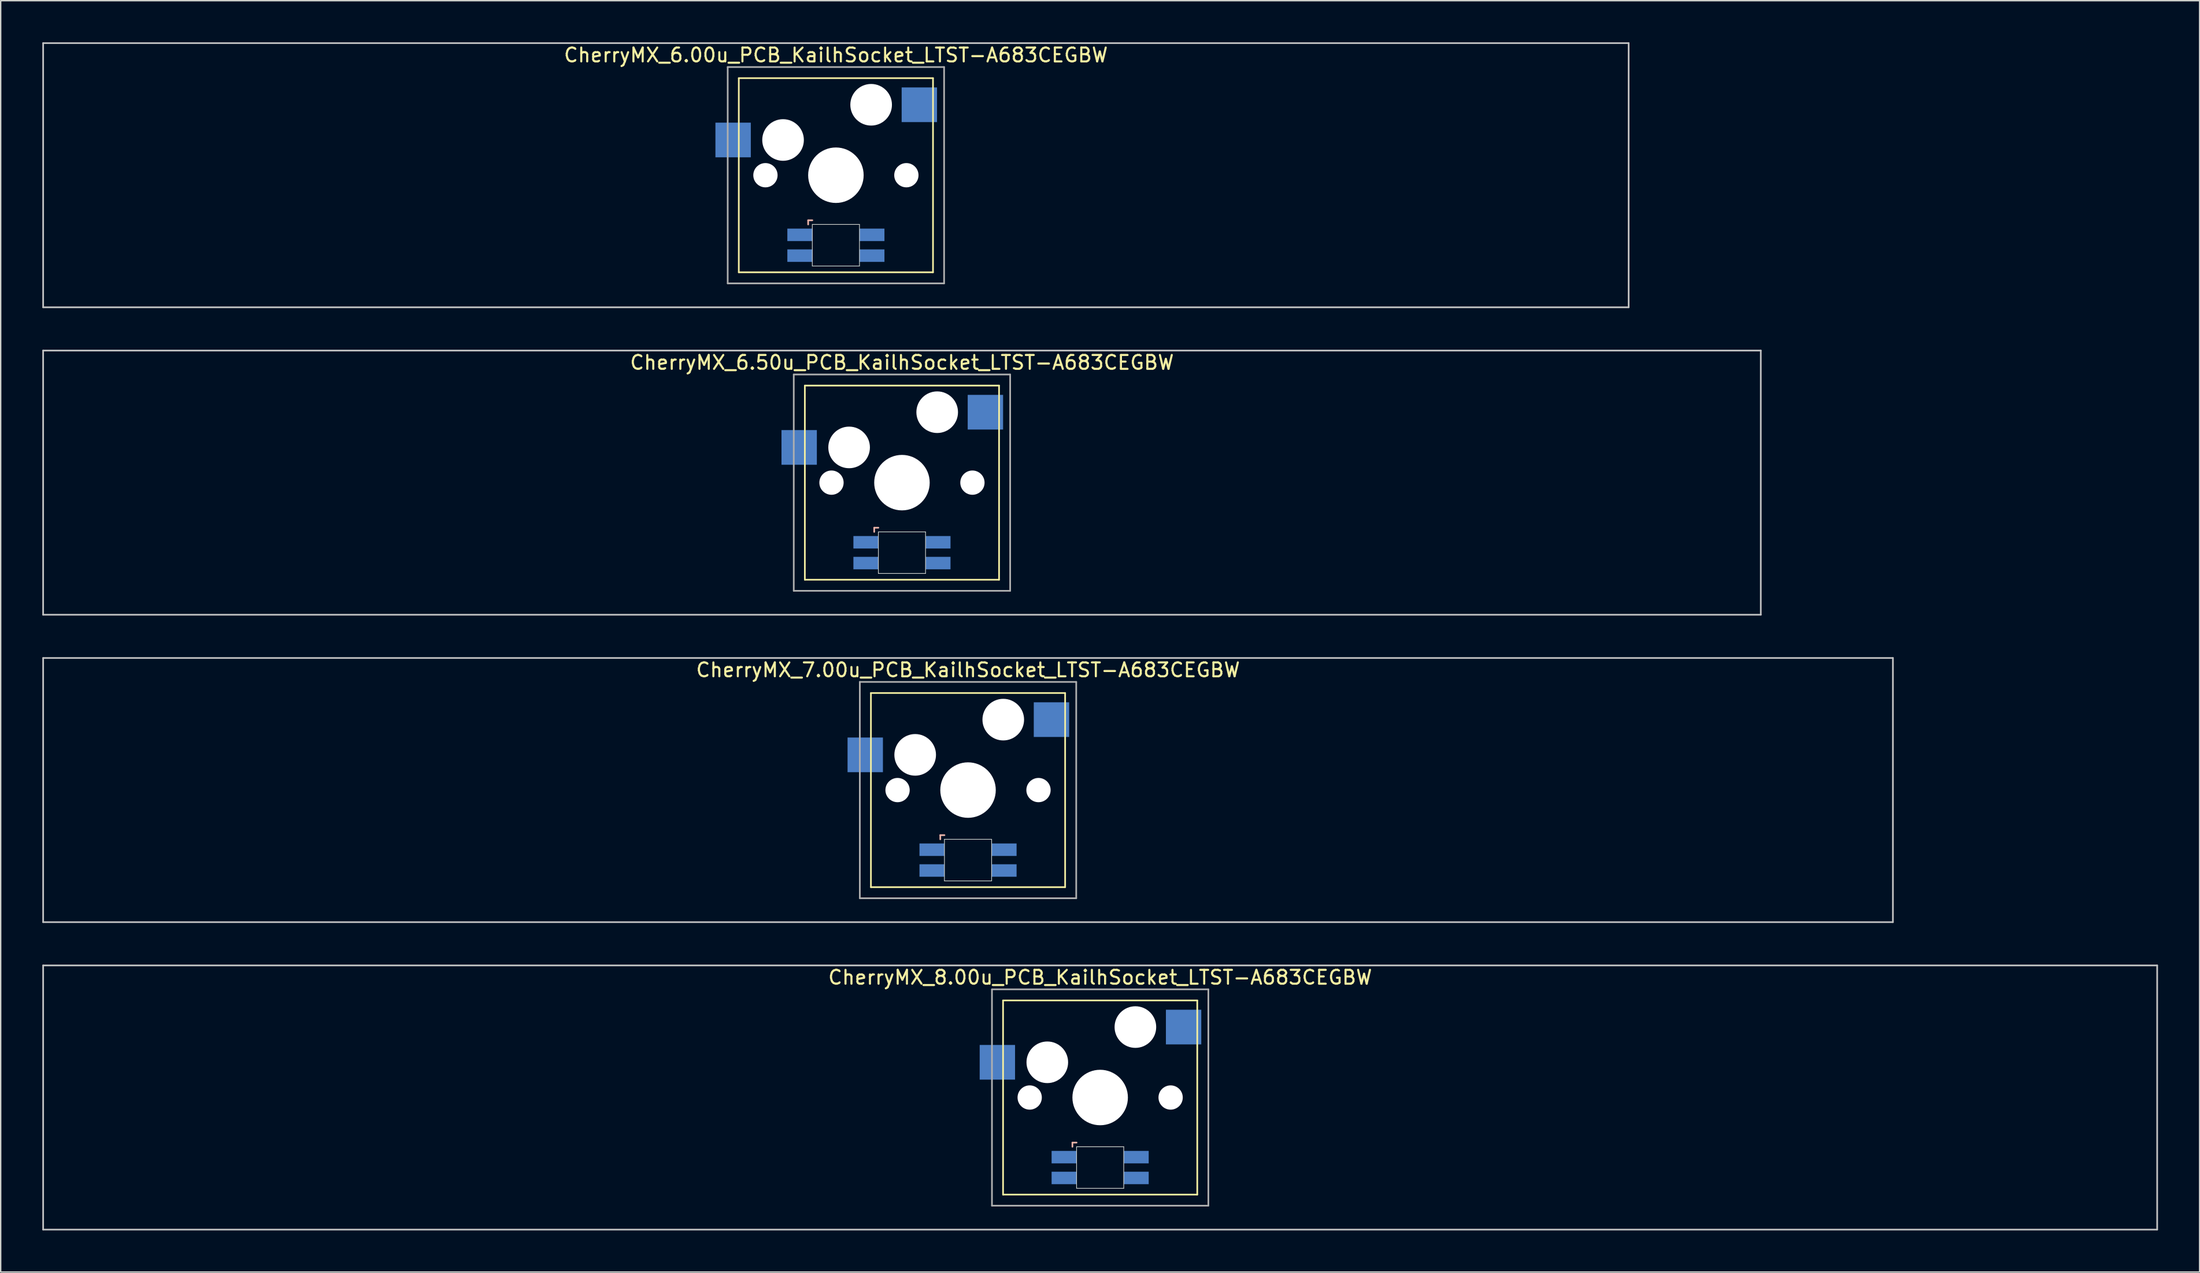
<source format=kicad_pcb>
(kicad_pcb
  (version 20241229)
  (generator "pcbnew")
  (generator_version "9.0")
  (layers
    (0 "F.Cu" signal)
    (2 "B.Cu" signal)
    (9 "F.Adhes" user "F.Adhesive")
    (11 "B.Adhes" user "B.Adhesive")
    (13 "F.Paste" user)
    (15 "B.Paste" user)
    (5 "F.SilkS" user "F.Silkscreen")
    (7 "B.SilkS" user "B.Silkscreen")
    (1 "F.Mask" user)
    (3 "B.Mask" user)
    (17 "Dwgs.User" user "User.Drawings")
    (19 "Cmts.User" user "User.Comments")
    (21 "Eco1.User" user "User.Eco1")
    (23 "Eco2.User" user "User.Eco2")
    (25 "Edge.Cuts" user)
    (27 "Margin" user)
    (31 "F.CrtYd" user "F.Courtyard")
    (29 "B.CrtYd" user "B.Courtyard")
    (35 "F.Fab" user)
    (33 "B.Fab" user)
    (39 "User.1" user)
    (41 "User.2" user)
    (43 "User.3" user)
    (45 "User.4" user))
  (footprint "CherryMX_6.00u_PCB_KailhSocket_LTST-A683CEGBW"
    (layer "F.Cu")
    (at 57.21 9.585)
    (property "Reference" "CherryMX_6.00u_PCB_KailhSocket_LTST-A683CEGBW" (at 0 -8.662 0) (layer "F.SilkS") (effects (font (size 1 1) (thickness 0.15))))
    (attr through_hole)
    (fp_line (start -7 -7) (end -7 7) (stroke (width 0.12) (type solid)) (layer "F.SilkS"))
    (fp_line (start -7 -7) (end 7 -7) (stroke (width 0.12) (type solid)) (layer "F.SilkS"))
    (fp_line (start 7 -7) (end 7 7) (stroke (width 0.12) (type solid)) (layer "F.SilkS"))
    (fp_line (start 7 7) (end -7 7) (stroke (width 0.12) (type solid)) (layer "F.SilkS"))
    (fp_line (start -2 3.25) (end -2 3.55) (stroke (width 0.12) (type solid)) (layer "B.SilkS"))
    (fp_line (start -1.7 3.25) (end -2 3.25) (stroke (width 0.12) (type solid)) (layer "B.SilkS"))
    (fp_line (start -57.15 -9.525) (end 57.15 -9.525) (stroke (width 0.12) (type solid)) (layer "Dwgs.User"))
    (fp_line (start -57.15 9.525) (end -57.15 -9.525) (stroke (width 0.12) (type solid)) (layer "Dwgs.User"))
    (fp_line (start 57.15 -9.525) (end 57.15 9.525) (stroke (width 0.12) (type solid)) (layer "Dwgs.User"))
    (fp_line (start 57.15 9.525) (end -57.15 9.525) (stroke (width 0.12) (type solid)) (layer "Dwgs.User"))
    (fp_line (start -1.7 3.55) (end 1.7 3.55) (stroke (width 0.05) (type solid)) (layer "Edge.Cuts"))
    (fp_line (start -1.7 6.55) (end -1.7 3.55) (stroke (width 0.05) (type solid)) (layer "Edge.Cuts"))
    (fp_line (start 1.7 3.55) (end 1.7 6.55) (stroke (width 0.05) (type solid)) (layer "Edge.Cuts"))
    (fp_line (start 1.7 6.55) (end -1.7 6.55) (stroke (width 0.05) (type solid)) (layer "Edge.Cuts"))
    (fp_line (start -7.8 -7.8) (end -7.8 7.8) (stroke (width 0.12) (type solid)) (layer "F.Fab"))
    (fp_line (start -7.8 -7.8) (end 7.8 -7.8) (stroke (width 0.12) (type solid)) (layer "F.Fab"))
    (fp_line (start -7.8 7.8) (end 7.8 7.8) (stroke (width 0.12) (type solid)) (layer "F.Fab"))
    (fp_line (start 7.8 -7.8) (end 7.8 7.8) (stroke (width 0.12) (type solid)) (layer "F.Fab"))
    (pad "" np_thru_hole circle (at -5.08 0) (size 1.75 1.75) (drill 1.75) (layers "*.Cu" "*.Mask"))
    (pad "" np_thru_hole circle (at -3.81 -2.54) (size 3 3) (drill 3) (layers "*.Cu" "*.Mask"))
    (pad "" np_thru_hole circle (at 0 0) (size 4 4) (drill 4) (layers "*.Cu" "*.Mask"))
    (pad "" np_thru_hole circle (at 2.54 -5.08) (size 3 3) (drill 3) (layers "*.Cu" "*.Mask"))
    (pad "" np_thru_hole circle (at 5.08 0) (size 1.75 1.75) (drill 1.75) (layers "*.Cu" "*.Mask"))
    (pad "1" smd rect (at -7.41 -2.54) (size 2.55 2.5) (layers "B.Cu" "B.Mask" "B.Paste"))
    (pad "2" smd rect (at 6.015 -5.08) (size 2.55 2.5) (layers "B.Cu" "B.Mask" "B.Paste"))
    (pad "3" smd rect (at -2.6 4.3) (size 1.8 0.9) (layers "B.Cu" "B.Mask" "B.Paste"))
    (pad "4" smd rect (at -2.6 5.8) (size 1.8 0.9) (layers "B.Cu" "B.Mask" "B.Paste"))
    (pad "5" smd rect (at 2.6 4.3) (size 1.8 0.9) (layers "B.Cu" "B.Mask" "B.Paste"))
    (pad "6" smd rect (at 2.6 5.8) (size 1.8 0.9) (layers "B.Cu" "B.Mask" "B.Paste")))
  (footprint "CherryMX_8.00u_PCB_KailhSocket_LTST-A683CEGBW"
    (layer "F.Cu")
    (at 76.26 76.095)
    (property "Reference" "CherryMX_8.00u_PCB_KailhSocket_LTST-A683CEGBW" (at 0 -8.662 0) (layer "F.SilkS") (effects (font (size 1 1) (thickness 0.15))))
    (attr through_hole)
    (fp_line (start -7 -7) (end -7 7) (stroke (width 0.12) (type solid)) (layer "F.SilkS"))
    (fp_line (start -7 -7) (end 7 -7) (stroke (width 0.12) (type solid)) (layer "F.SilkS"))
    (fp_line (start 7 -7) (end 7 7) (stroke (width 0.12) (type solid)) (layer "F.SilkS"))
    (fp_line (start 7 7) (end -7 7) (stroke (width 0.12) (type solid)) (layer "F.SilkS"))
    (fp_line (start -2 3.25) (end -2 3.55) (stroke (width 0.12) (type solid)) (layer "B.SilkS"))
    (fp_line (start -1.7 3.25) (end -2 3.25) (stroke (width 0.12) (type solid)) (layer "B.SilkS"))
    (fp_line (start -76.2 -9.525) (end 76.2 -9.525) (stroke (width 0.12) (type solid)) (layer "Dwgs.User"))
    (fp_line (start -76.2 9.525) (end -76.2 -9.525) (stroke (width 0.12) (type solid)) (layer "Dwgs.User"))
    (fp_line (start 76.2 -9.525) (end 76.2 9.525) (stroke (width 0.12) (type solid)) (layer "Dwgs.User"))
    (fp_line (start 76.2 9.525) (end -76.2 9.525) (stroke (width 0.12) (type solid)) (layer "Dwgs.User"))
    (fp_line (start -1.7 3.55) (end 1.7 3.55) (stroke (width 0.05) (type solid)) (layer "Edge.Cuts"))
    (fp_line (start -1.7 6.55) (end -1.7 3.55) (stroke (width 0.05) (type solid)) (layer "Edge.Cuts"))
    (fp_line (start 1.7 3.55) (end 1.7 6.55) (stroke (width 0.05) (type solid)) (layer "Edge.Cuts"))
    (fp_line (start 1.7 6.55) (end -1.7 6.55) (stroke (width 0.05) (type solid)) (layer "Edge.Cuts"))
    (fp_line (start -7.8 -7.8) (end -7.8 7.8) (stroke (width 0.12) (type solid)) (layer "F.Fab"))
    (fp_line (start -7.8 -7.8) (end 7.8 -7.8) (stroke (width 0.12) (type solid)) (layer "F.Fab"))
    (fp_line (start -7.8 7.8) (end 7.8 7.8) (stroke (width 0.12) (type solid)) (layer "F.Fab"))
    (fp_line (start 7.8 -7.8) (end 7.8 7.8) (stroke (width 0.12) (type solid)) (layer "F.Fab"))
    (pad "" np_thru_hole circle (at -5.08 0) (size 1.75 1.75) (drill 1.75) (layers "*.Cu" "*.Mask"))
    (pad "" np_thru_hole circle (at -3.81 -2.54) (size 3 3) (drill 3) (layers "*.Cu" "*.Mask"))
    (pad "" np_thru_hole circle (at 0 0) (size 4 4) (drill 4) (layers "*.Cu" "*.Mask"))
    (pad "" np_thru_hole circle (at 2.54 -5.08) (size 3 3) (drill 3) (layers "*.Cu" "*.Mask"))
    (pad "" np_thru_hole circle (at 5.08 0) (size 1.75 1.75) (drill 1.75) (layers "*.Cu" "*.Mask"))
    (pad "1" smd rect (at -7.41 -2.54) (size 2.55 2.5) (layers "B.Cu" "B.Mask" "B.Paste"))
    (pad "2" smd rect (at 6.015 -5.08) (size 2.55 2.5) (layers "B.Cu" "B.Mask" "B.Paste"))
    (pad "3" smd rect (at -2.6 4.3) (size 1.8 0.9) (layers "B.Cu" "B.Mask" "B.Paste"))
    (pad "4" smd rect (at -2.6 5.8) (size 1.8 0.9) (layers "B.Cu" "B.Mask" "B.Paste"))
    (pad "5" smd rect (at 2.6 4.3) (size 1.8 0.9) (layers "B.Cu" "B.Mask" "B.Paste"))
    (pad "6" smd rect (at 2.6 5.8) (size 1.8 0.9) (layers "B.Cu" "B.Mask" "B.Paste")))
  (footprint "CherryMX_6.50u_PCB_KailhSocket_LTST-A683CEGBW"
    (layer "F.Cu")
    (at 61.972 31.755)
    (property "Reference" "CherryMX_6.50u_PCB_KailhSocket_LTST-A683CEGBW" (at 0 -8.662 0) (layer "F.SilkS") (effects (font (size 1 1) (thickness 0.15))))
    (attr through_hole)
    (fp_line (start -7 -7) (end -7 7) (stroke (width 0.12) (type solid)) (layer "F.SilkS"))
    (fp_line (start -7 -7) (end 7 -7) (stroke (width 0.12) (type solid)) (layer "F.SilkS"))
    (fp_line (start 7 -7) (end 7 7) (stroke (width 0.12) (type solid)) (layer "F.SilkS"))
    (fp_line (start 7 7) (end -7 7) (stroke (width 0.12) (type solid)) (layer "F.SilkS"))
    (fp_line (start -2 3.25) (end -2 3.55) (stroke (width 0.12) (type solid)) (layer "B.SilkS"))
    (fp_line (start -1.7 3.25) (end -2 3.25) (stroke (width 0.12) (type solid)) (layer "B.SilkS"))
    (fp_line (start -61.913 -9.525) (end 61.913 -9.525) (stroke (width 0.12) (type solid)) (layer "Dwgs.User"))
    (fp_line (start -61.913 9.525) (end -61.913 -9.525) (stroke (width 0.12) (type solid)) (layer "Dwgs.User"))
    (fp_line (start 61.913 -9.525) (end 61.913 9.525) (stroke (width 0.12) (type solid)) (layer "Dwgs.User"))
    (fp_line (start 61.913 9.525) (end -61.913 9.525) (stroke (width 0.12) (type solid)) (layer "Dwgs.User"))
    (fp_line (start -1.7 3.55) (end 1.7 3.55) (stroke (width 0.05) (type solid)) (layer "Edge.Cuts"))
    (fp_line (start -1.7 6.55) (end -1.7 3.55) (stroke (width 0.05) (type solid)) (layer "Edge.Cuts"))
    (fp_line (start 1.7 3.55) (end 1.7 6.55) (stroke (width 0.05) (type solid)) (layer "Edge.Cuts"))
    (fp_line (start 1.7 6.55) (end -1.7 6.55) (stroke (width 0.05) (type solid)) (layer "Edge.Cuts"))
    (fp_line (start -7.8 -7.8) (end -7.8 7.8) (stroke (width 0.12) (type solid)) (layer "F.Fab"))
    (fp_line (start -7.8 -7.8) (end 7.8 -7.8) (stroke (width 0.12) (type solid)) (layer "F.Fab"))
    (fp_line (start -7.8 7.8) (end 7.8 7.8) (stroke (width 0.12) (type solid)) (layer "F.Fab"))
    (fp_line (start 7.8 -7.8) (end 7.8 7.8) (stroke (width 0.12) (type solid)) (layer "F.Fab"))
    (pad "" np_thru_hole circle (at -5.08 0) (size 1.75 1.75) (drill 1.75) (layers "*.Cu" "*.Mask"))
    (pad "" np_thru_hole circle (at -3.81 -2.54) (size 3 3) (drill 3) (layers "*.Cu" "*.Mask"))
    (pad "" np_thru_hole circle (at 0 0) (size 4 4) (drill 4) (layers "*.Cu" "*.Mask"))
    (pad "" np_thru_hole circle (at 2.54 -5.08) (size 3 3) (drill 3) (layers "*.Cu" "*.Mask"))
    (pad "" np_thru_hole circle (at 5.08 0) (size 1.75 1.75) (drill 1.75) (layers "*.Cu" "*.Mask"))
    (pad "1" smd rect (at -7.41 -2.54) (size 2.55 2.5) (layers "B.Cu" "B.Mask" "B.Paste"))
    (pad "2" smd rect (at 6.015 -5.08) (size 2.55 2.5) (layers "B.Cu" "B.Mask" "B.Paste"))
    (pad "3" smd rect (at -2.6 4.3) (size 1.8 0.9) (layers "B.Cu" "B.Mask" "B.Paste"))
    (pad "4" smd rect (at -2.6 5.8) (size 1.8 0.9) (layers "B.Cu" "B.Mask" "B.Paste"))
    (pad "5" smd rect (at 2.6 4.3) (size 1.8 0.9) (layers "B.Cu" "B.Mask" "B.Paste"))
    (pad "6" smd rect (at 2.6 5.8) (size 1.8 0.9) (layers "B.Cu" "B.Mask" "B.Paste")))
  (footprint "CherryMX_7.00u_PCB_KailhSocket_LTST-A683CEGBW"
    (layer "F.Cu")
    (at 66.735 53.925)
    (property "Reference" "CherryMX_7.00u_PCB_KailhSocket_LTST-A683CEGBW" (at 0 -8.662 0) (layer "F.SilkS") (effects (font (size 1 1) (thickness 0.15))))
    (attr through_hole)
    (fp_line (start -7 -7) (end -7 7) (stroke (width 0.12) (type solid)) (layer "F.SilkS"))
    (fp_line (start -7 -7) (end 7 -7) (stroke (width 0.12) (type solid)) (layer "F.SilkS"))
    (fp_line (start 7 -7) (end 7 7) (stroke (width 0.12) (type solid)) (layer "F.SilkS"))
    (fp_line (start 7 7) (end -7 7) (stroke (width 0.12) (type solid)) (layer "F.SilkS"))
    (fp_line (start -2 3.25) (end -2 3.55) (stroke (width 0.12) (type solid)) (layer "B.SilkS"))
    (fp_line (start -1.7 3.25) (end -2 3.25) (stroke (width 0.12) (type solid)) (layer "B.SilkS"))
    (fp_line (start -66.675 -9.525) (end 66.675 -9.525) (stroke (width 0.12) (type solid)) (layer "Dwgs.User"))
    (fp_line (start -66.675 9.525) (end -66.675 -9.525) (stroke (width 0.12) (type solid)) (layer "Dwgs.User"))
    (fp_line (start 66.675 -9.525) (end 66.675 9.525) (stroke (width 0.12) (type solid)) (layer "Dwgs.User"))
    (fp_line (start 66.675 9.525) (end -66.675 9.525) (stroke (width 0.12) (type solid)) (layer "Dwgs.User"))
    (fp_line (start -1.7 3.55) (end 1.7 3.55) (stroke (width 0.05) (type solid)) (layer "Edge.Cuts"))
    (fp_line (start -1.7 6.55) (end -1.7 3.55) (stroke (width 0.05) (type solid)) (layer "Edge.Cuts"))
    (fp_line (start 1.7 3.55) (end 1.7 6.55) (stroke (width 0.05) (type solid)) (layer "Edge.Cuts"))
    (fp_line (start 1.7 6.55) (end -1.7 6.55) (stroke (width 0.05) (type solid)) (layer "Edge.Cuts"))
    (fp_line (start -7.8 -7.8) (end -7.8 7.8) (stroke (width 0.12) (type solid)) (layer "F.Fab"))
    (fp_line (start -7.8 -7.8) (end 7.8 -7.8) (stroke (width 0.12) (type solid)) (layer "F.Fab"))
    (fp_line (start -7.8 7.8) (end 7.8 7.8) (stroke (width 0.12) (type solid)) (layer "F.Fab"))
    (fp_line (start 7.8 -7.8) (end 7.8 7.8) (stroke (width 0.12) (type solid)) (layer "F.Fab"))
    (pad "" np_thru_hole circle (at -5.08 0) (size 1.75 1.75) (drill 1.75) (layers "*.Cu" "*.Mask"))
    (pad "" np_thru_hole circle (at -3.81 -2.54) (size 3 3) (drill 3) (layers "*.Cu" "*.Mask"))
    (pad "" np_thru_hole circle (at 0 0) (size 4 4) (drill 4) (layers "*.Cu" "*.Mask"))
    (pad "" np_thru_hole circle (at 2.54 -5.08) (size 3 3) (drill 3) (layers "*.Cu" "*.Mask"))
    (pad "" np_thru_hole circle (at 5.08 0) (size 1.75 1.75) (drill 1.75) (layers "*.Cu" "*.Mask"))
    (pad "1" smd rect (at -7.41 -2.54) (size 2.55 2.5) (layers "B.Cu" "B.Mask" "B.Paste"))
    (pad "2" smd rect (at 6.015 -5.08) (size 2.55 2.5) (layers "B.Cu" "B.Mask" "B.Paste"))
    (pad "3" smd rect (at -2.6 4.3) (size 1.8 0.9) (layers "B.Cu" "B.Mask" "B.Paste"))
    (pad "4" smd rect (at -2.6 5.8) (size 1.8 0.9) (layers "B.Cu" "B.Mask" "B.Paste"))
    (pad "5" smd rect (at 2.6 4.3) (size 1.8 0.9) (layers "B.Cu" "B.Mask" "B.Paste"))
    (pad "6" smd rect (at 2.6 5.8) (size 1.8 0.9) (layers "B.Cu" "B.Mask" "B.Paste")))
  (gr_rect
    (start -3 -3)
    (end 155.52 88.68)
    (stroke (width 0.1) (type default))
    (fill no)
    (layer "Edge.Cuts")))
</source>
